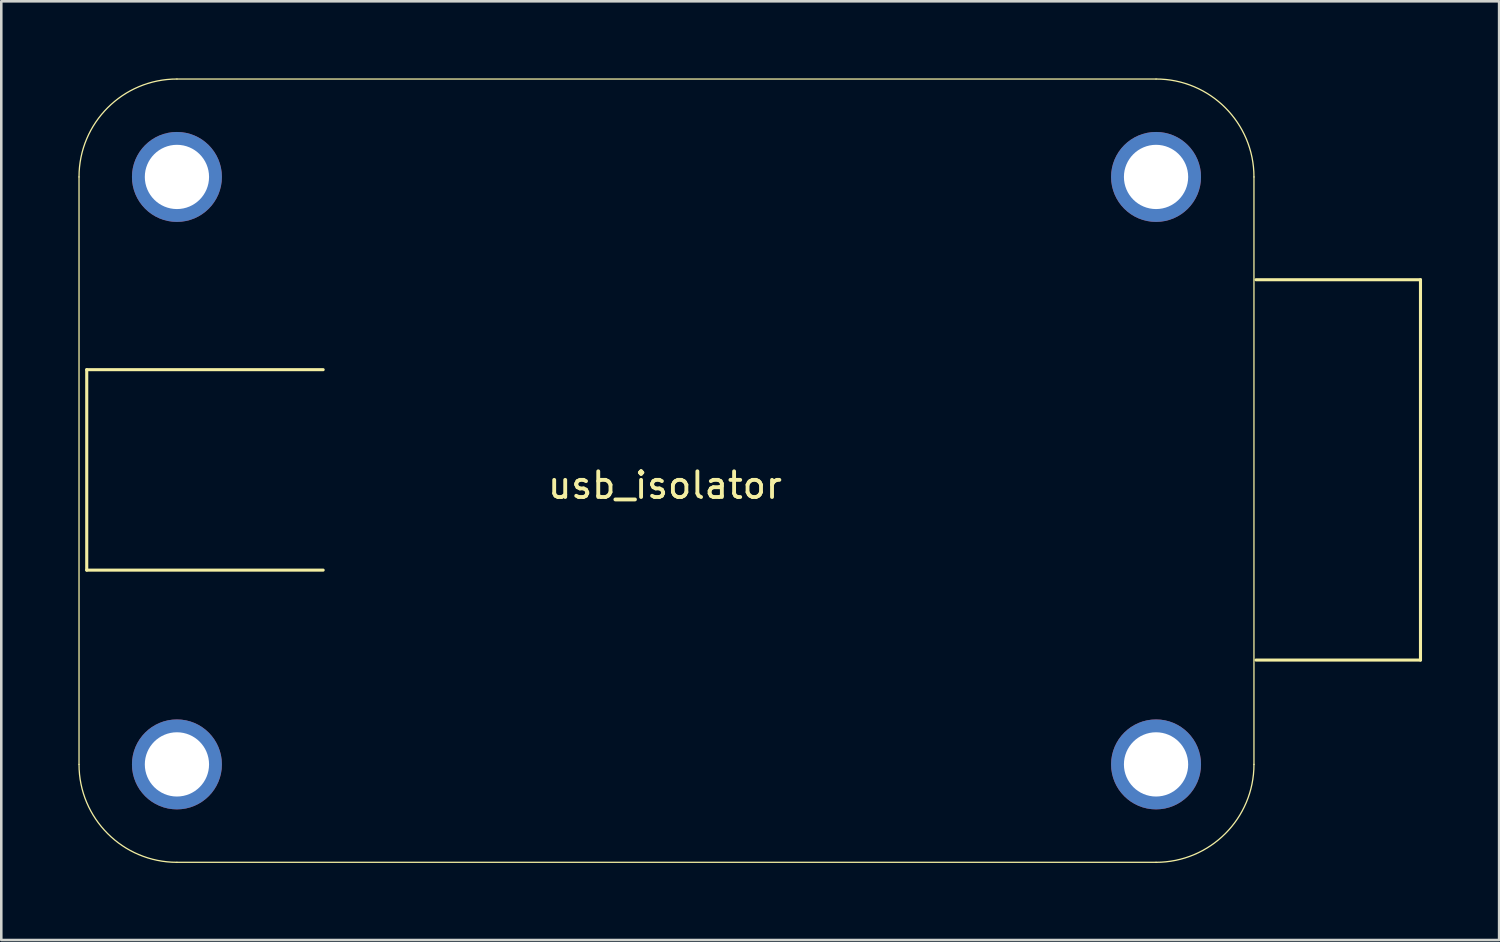
<source format=kicad_pcb>
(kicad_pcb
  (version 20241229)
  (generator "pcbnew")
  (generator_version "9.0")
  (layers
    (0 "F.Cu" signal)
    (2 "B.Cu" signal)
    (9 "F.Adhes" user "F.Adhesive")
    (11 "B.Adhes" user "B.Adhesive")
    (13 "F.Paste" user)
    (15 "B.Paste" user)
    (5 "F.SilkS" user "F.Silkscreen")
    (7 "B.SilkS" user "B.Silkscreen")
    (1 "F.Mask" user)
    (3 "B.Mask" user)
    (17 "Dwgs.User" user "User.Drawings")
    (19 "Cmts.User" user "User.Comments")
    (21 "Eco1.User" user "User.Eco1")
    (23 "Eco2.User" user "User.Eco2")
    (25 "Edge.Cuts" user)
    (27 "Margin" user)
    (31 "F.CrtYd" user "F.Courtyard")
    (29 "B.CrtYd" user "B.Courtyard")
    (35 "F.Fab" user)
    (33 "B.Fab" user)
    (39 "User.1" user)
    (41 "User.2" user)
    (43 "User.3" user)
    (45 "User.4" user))
  (footprint "usb_isolator"
    (layer "F.Cu")
    (at 23.325 15.235)
    (property "Reference" "usb_isolator" (at -0.5 0.6 0) (layer "F.SilkS") (effects (font (size 1 1) (thickness 0.15))))
    (attr through_hole)
    (fp_line (start -23.3 -11.4) (end -23.3 11.46) (stroke (width 0.05) (type solid)) (layer "F.SilkS"))
    (fp_line (start -23 -3.9) (end -23 3.9) (stroke (width 0.12) (type solid)) (layer "F.SilkS"))
    (fp_line (start -23 -3.9) (end -13.8 -3.9) (stroke (width 0.12) (type solid)) (layer "F.SilkS"))
    (fp_line (start -23 3.9) (end -13.8 3.9) (stroke (width 0.12) (type solid)) (layer "F.SilkS"))
    (fp_line (start -19.49 15.27) (end 18.61 15.27) (stroke (width 0.05) (type solid)) (layer "F.SilkS"))
    (fp_line (start 18.61 -15.21) (end -19.49 -15.21) (stroke (width 0.05) (type solid)) (layer "F.SilkS"))
    (fp_line (start 22.42 11.46) (end 22.42 -11.4) (stroke (width 0.05) (type solid)) (layer "F.SilkS"))
    (fp_line (start 28.9 -7.4) (end 22.5 -7.4) (stroke (width 0.12) (type solid)) (layer "F.SilkS"))
    (fp_line (start 28.9 -7.4) (end 28.9 7.4) (stroke (width 0.12) (type solid)) (layer "F.SilkS"))
    (fp_line (start 28.9 7.4) (end 22.5 7.4) (stroke (width 0.12) (type solid)) (layer "F.SilkS"))
    (fp_arc (start -23.3 -11.4) (mid -22.184077 -14.094077) (end -19.49 -15.21) (stroke (width 0.05) (type solid)) (layer "F.SilkS"))
    (fp_arc (start -19.49 15.27) (mid -22.184077 14.154077) (end -23.3 11.46) (stroke (width 0.05) (type solid)) (layer "F.SilkS"))
    (fp_arc (start 18.61 -15.21) (mid 21.304077 -14.094077) (end 22.42 -11.4) (stroke (width 0.05) (type solid)) (layer "F.SilkS"))
    (fp_arc (start 22.42 11.46) (mid 21.304077 14.154077) (end 18.61 15.27) (stroke (width 0.05) (type solid)) (layer "F.SilkS"))
    (pad "1" thru_hole circle (at 18.61 -11.4) (size 3.5 3.5) (drill 2.5) (layers "*.Cu" "*.Mask"))
    (pad "2" thru_hole circle (at -19.49 -11.4) (size 3.5 3.5) (drill 2.5) (layers "*.Cu" "*.Mask"))
    (pad "3" thru_hole circle (at -19.49 11.46) (size 3.5 3.5) (drill 2.5) (layers "*.Cu" "*.Mask"))
    (pad "4" thru_hole circle (at 18.61 11.46) (size 3.5 3.5) (drill 2.5) (layers "*.Cu" "*.Mask")))
  (gr_rect
    (start -3 -3)
    (end 55.285 33.53)
    (stroke (width 0.1) (type default))
    (fill no)
    (layer "Edge.Cuts")))
</source>
